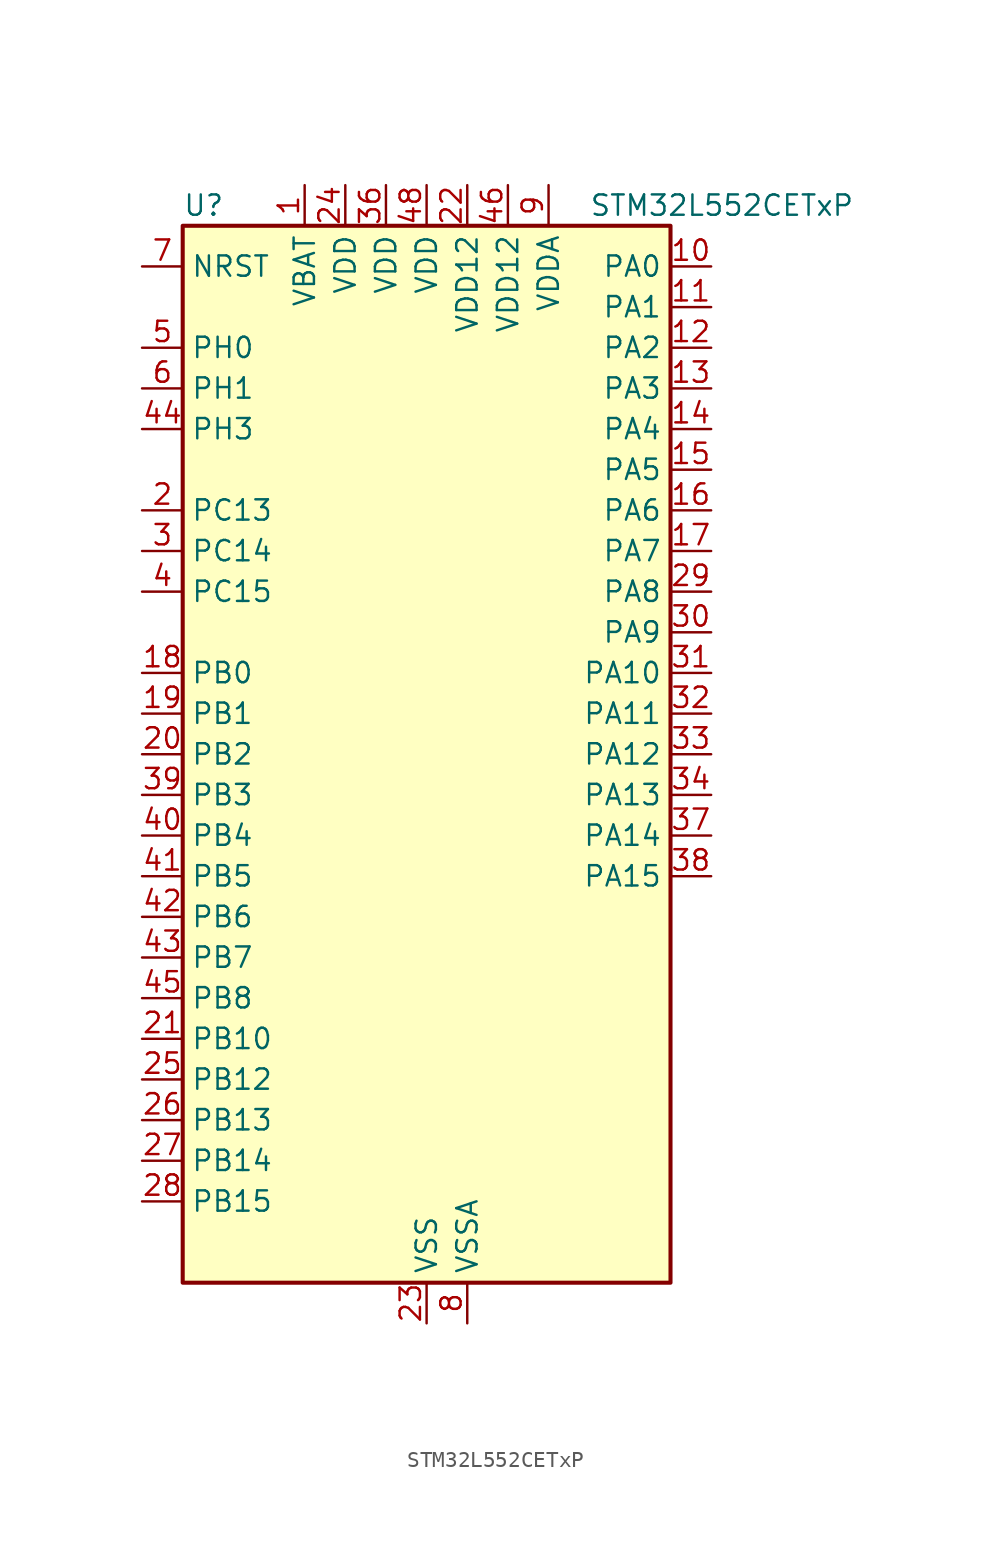
<source format=kicad_sym>
(kicad_symbol_lib
  (version 20231120)
  (generator "kicad_symbol_editor")
  (generator_version "8.0")
  (symbol "STM32L552CETxP"
    (property "Reference" "U"
      (at -15.24 34.29 0)
      (effects (font (size 1.27 1.27)) (justify left)))
    (property "Value" "STM32L552CETxP"
      (at 10.16 34.29 0)
      (effects (font (size 1.27 1.27)) (justify left)))
    (property "ki_locked" ""
      (at 0 0 0)
      (effects (font (size 1.27 1.27))))
    (symbol "STM32L552CETxP_0_1"
      (rectangle (start -15.24 -33.02) (end 15.24 33.02) (stroke (width 0.254) (type default)) (fill (type background))))
    (symbol "STM32L552CETxP_1_1"
      (pin power_in line (at -7.62 35.56 270) (length 2.54) (name "VBAT" (effects (font (size 1.27 1.27)))) (number "1" (effects (font (size 1.27 1.27)))))
      (pin bidirectional line (at 17.78 30.48 180) (length 2.54) (name "PA0" (effects (font (size 1.27 1.27)))) (number "10" (effects (font (size 1.27 1.27)))) (alternate "ADC1_IN5" bidirectional line) (alternate "ADC2_IN5" bidirectional line) (alternate "OPAMP1_VINP" bidirectional line) (alternate "PWR_WKUP1" bidirectional line) (alternate "SAI1_EXTCLK" bidirectional line) (alternate "TAMP_IN2" bidirectional line) (alternate "TAMP_OUT1" bidirectional line) (alternate "TIM2_CH1" bidirectional line) (alternate "TIM2_ETR" bidirectional line) (alternate "TIM5_CH1" bidirectional line) (alternate "TIM8_ETR" bidirectional line) (alternate "UART4_TX" bidirectional line) (alternate "USART2_CTS" bidirectional line) (alternate "USART2_NSS" bidirectional line))
      (pin bidirectional line (at 17.78 27.94 180) (length 2.54) (name "PA1" (effects (font (size 1.27 1.27)))) (number "11" (effects (font (size 1.27 1.27)))) (alternate "ADC1_IN6" bidirectional line) (alternate "ADC2_IN6" bidirectional line) (alternate "I2C1_SMBA" bidirectional line) (alternate "OCTOSPI1_DQS" bidirectional line) (alternate "OPAMP1_VINM" bidirectional line) (alternate "SPI1_SCK" bidirectional line) (alternate "TAMP_IN5" bidirectional line) (alternate "TAMP_OUT4" bidirectional line) (alternate "TIM15_CH1N" bidirectional line) (alternate "TIM2_CH2" bidirectional line) (alternate "TIM5_CH2" bidirectional line) (alternate "UART4_RX" bidirectional line) (alternate "USART2_DE" bidirectional line) (alternate "USART2_RTS" bidirectional line))
      (pin bidirectional line (at 17.78 25.4 180) (length 2.54) (name "PA2" (effects (font (size 1.27 1.27)))) (number "12" (effects (font (size 1.27 1.27)))) (alternate "ADC1_IN7" bidirectional line) (alternate "ADC2_IN7" bidirectional line) (alternate "COMP1_INP" bidirectional line) (alternate "LPUART1_TX" bidirectional line) (alternate "OCTOSPI1_NCS" bidirectional line) (alternate "PWR_WKUP4" bidirectional line) (alternate "RCC_LSCO" bidirectional line) (alternate "SAI2_EXTCLK" bidirectional line) (alternate "TIM15_CH1" bidirectional line) (alternate "TIM2_CH3" bidirectional line) (alternate "TIM5_CH3" bidirectional line) (alternate "UCPD1_FRSTX1" bidirectional line) (alternate "USART2_TX" bidirectional line))
      (pin bidirectional line (at 17.78 22.86 180) (length 2.54) (name "PA3" (effects (font (size 1.27 1.27)))) (number "13" (effects (font (size 1.27 1.27)))) (alternate "ADC1_IN8" bidirectional line) (alternate "ADC2_IN8" bidirectional line) (alternate "LPUART1_RX" bidirectional line) (alternate "OCTOSPI1_CLK" bidirectional line) (alternate "OPAMP1_VOUT" bidirectional line) (alternate "SAI1_CK1" bidirectional line) (alternate "SAI1_MCLK_A" bidirectional line) (alternate "TIM15_CH2" bidirectional line) (alternate "TIM2_CH4" bidirectional line) (alternate "TIM5_CH4" bidirectional line) (alternate "USART2_RX" bidirectional line))
      (pin bidirectional line (at 17.78 20.32 180) (length 2.54) (name "PA4" (effects (font (size 1.27 1.27)))) (number "14" (effects (font (size 1.27 1.27)))) (alternate "ADC1_IN9" bidirectional line) (alternate "ADC2_IN9" bidirectional line) (alternate "DAC1_OUT1" bidirectional line) (alternate "LPTIM2_OUT" bidirectional line) (alternate "OCTOSPI1_NCS" bidirectional line) (alternate "SAI1_FS_B" bidirectional line) (alternate "SPI1_NSS" bidirectional line) (alternate "SPI3_NSS" bidirectional line) (alternate "USART2_CK" bidirectional line))
      (pin bidirectional line (at 17.78 17.78 180) (length 2.54) (name "PA5" (effects (font (size 1.27 1.27)))) (number "15" (effects (font (size 1.27 1.27)))) (alternate "ADC1_IN10" bidirectional line) (alternate "ADC2_IN10" bidirectional line) (alternate "DAC1_OUT2" bidirectional line) (alternate "LPTIM2_ETR" bidirectional line) (alternate "SPI1_SCK" bidirectional line) (alternate "TIM2_CH1" bidirectional line) (alternate "TIM2_ETR" bidirectional line) (alternate "TIM8_CH1N" bidirectional line))
      (pin bidirectional line (at 17.78 15.24 180) (length 2.54) (name "PA6" (effects (font (size 1.27 1.27)))) (number "16" (effects (font (size 1.27 1.27)))) (alternate "ADC1_IN11" bidirectional line) (alternate "ADC2_IN11" bidirectional line) (alternate "LPUART1_CTS" bidirectional line) (alternate "OCTOSPI1_IO3" bidirectional line) (alternate "OPAMP2_VINP" bidirectional line) (alternate "SPI1_MISO" bidirectional line) (alternate "TIM16_CH1" bidirectional line) (alternate "TIM1_BKIN" bidirectional line) (alternate "TIM3_CH1" bidirectional line) (alternate "TIM8_BKIN" bidirectional line) (alternate "USART3_CTS" bidirectional line) (alternate "USART3_NSS" bidirectional line))
      (pin bidirectional line (at 17.78 12.7 180) (length 2.54) (name "PA7" (effects (font (size 1.27 1.27)))) (number "17" (effects (font (size 1.27 1.27)))) (alternate "ADC1_IN12" bidirectional line) (alternate "ADC2_IN12" bidirectional line) (alternate "I2C3_SCL" bidirectional line) (alternate "OCTOSPI1_IO2" bidirectional line) (alternate "OPAMP2_VINM" bidirectional line) (alternate "SPI1_MOSI" bidirectional line) (alternate "TIM17_CH1" bidirectional line) (alternate "TIM1_CH1N" bidirectional line) (alternate "TIM3_CH2" bidirectional line) (alternate "TIM8_CH1N" bidirectional line))
      (pin bidirectional line (at -17.78 5.08 0) (length 2.54) (name "PB0" (effects (font (size 1.27 1.27)))) (number "18" (effects (font (size 1.27 1.27)))) (alternate "ADC1_IN15" bidirectional line) (alternate "ADC2_IN15" bidirectional line) (alternate "COMP1_OUT" bidirectional line) (alternate "OCTOSPI1_IO1" bidirectional line) (alternate "OPAMP2_VOUT" bidirectional line) (alternate "SAI1_EXTCLK" bidirectional line) (alternate "SPI1_NSS" bidirectional line) (alternate "TIM1_CH2N" bidirectional line) (alternate "TIM3_CH3" bidirectional line) (alternate "TIM8_CH2N" bidirectional line) (alternate "USART3_CK" bidirectional line))
      (pin bidirectional line (at -17.78 2.54 0) (length 2.54) (name "PB1" (effects (font (size 1.27 1.27)))) (number "19" (effects (font (size 1.27 1.27)))) (alternate "ADC1_IN16" bidirectional line) (alternate "ADC2_IN16" bidirectional line) (alternate "COMP1_INM" bidirectional line) (alternate "DFSDM1_DATIN0" bidirectional line) (alternate "LPTIM2_IN1" bidirectional line) (alternate "LPUART1_DE" bidirectional line) (alternate "LPUART1_RTS" bidirectional line) (alternate "OCTOSPI1_IO0" bidirectional line) (alternate "TIM1_CH3N" bidirectional line) (alternate "TIM3_CH4" bidirectional line) (alternate "TIM8_CH3N" bidirectional line) (alternate "USART3_DE" bidirectional line) (alternate "USART3_RTS" bidirectional line))
      (pin bidirectional line (at -17.78 15.24 0) (length 2.54) (name "PC13" (effects (font (size 1.27 1.27)))) (number "2" (effects (font (size 1.27 1.27)))) (alternate "PWR_WKUP2" bidirectional line) (alternate "RTC_OUT1" bidirectional line) (alternate "RTC_TS" bidirectional line) (alternate "TAMP_IN1" bidirectional line) (alternate "TAMP_OUT2" bidirectional line))
      (pin bidirectional line (at -17.78 0 0) (length 2.54) (name "PB2" (effects (font (size 1.27 1.27)))) (number "20" (effects (font (size 1.27 1.27)))) (alternate "COMP1_INP" bidirectional line) (alternate "DFSDM1_CKIN0" bidirectional line) (alternate "I2C3_SMBA" bidirectional line) (alternate "LPTIM1_OUT" bidirectional line) (alternate "OCTOSPI1_DQS" bidirectional line) (alternate "RTC_OUT2" bidirectional line) (alternate "UCPD1_FRSTX1" bidirectional line))
      (pin bidirectional line (at -17.78 -17.78 0) (length 2.54) (name "PB10" (effects (font (size 1.27 1.27)))) (number "21" (effects (font (size 1.27 1.27)))) (alternate "COMP1_OUT" bidirectional line) (alternate "I2C2_SCL" bidirectional line) (alternate "I2C4_SCL" bidirectional line) (alternate "LPTIM3_OUT" bidirectional line) (alternate "LPUART1_RX" bidirectional line) (alternate "OCTOSPI1_CLK" bidirectional line) (alternate "SAI1_SCK_A" bidirectional line) (alternate "SPI2_SCK" bidirectional line) (alternate "TIM2_CH3" bidirectional line) (alternate "TSC_SYNC" bidirectional line) (alternate "USART3_TX" bidirectional line))
      (pin power_in line (at 2.54 35.56 270) (length 2.54) (name "VDD12" (effects (font (size 1.27 1.27)))) (number "22" (effects (font (size 1.27 1.27)))))
      (pin power_in line (at 0 -35.56 90) (length 2.54) (name "VSS" (effects (font (size 1.27 1.27)))) (number "23" (effects (font (size 1.27 1.27)))))
      (pin power_in line (at -5.08 35.56 270) (length 2.54) (name "VDD" (effects (font (size 1.27 1.27)))) (number "24" (effects (font (size 1.27 1.27)))))
      (pin bidirectional line (at -17.78 -20.32 0) (length 2.54) (name "PB12" (effects (font (size 1.27 1.27)))) (number "25" (effects (font (size 1.27 1.27)))) (alternate "DFSDM1_DATIN1" bidirectional line) (alternate "I2C2_SMBA" bidirectional line) (alternate "LPUART1_DE" bidirectional line) (alternate "LPUART1_RTS" bidirectional line) (alternate "OCTOSPI1_NCLK" bidirectional line) (alternate "SAI2_FS_A" bidirectional line) (alternate "SPI2_NSS" bidirectional line) (alternate "TIM15_BKIN" bidirectional line) (alternate "TIM1_BKIN" bidirectional line) (alternate "TSC_G1_IO1" bidirectional line) (alternate "USART3_CK" bidirectional line))
      (pin bidirectional line (at -17.78 -22.86 0) (length 2.54) (name "PB13" (effects (font (size 1.27 1.27)))) (number "26" (effects (font (size 1.27 1.27)))) (alternate "DFSDM1_CKIN1" bidirectional line) (alternate "I2C2_SCL" bidirectional line) (alternate "LPTIM3_IN1" bidirectional line) (alternate "LPUART1_CTS" bidirectional line) (alternate "SAI2_SCK_A" bidirectional line) (alternate "SPI2_SCK" bidirectional line) (alternate "TIM15_CH1N" bidirectional line) (alternate "TIM1_CH1N" bidirectional line) (alternate "TSC_G1_IO2" bidirectional line) (alternate "UCPD1_FRSTX2" bidirectional line) (alternate "USART3_CTS" bidirectional line) (alternate "USART3_NSS" bidirectional line))
      (pin bidirectional line (at -17.78 -25.4 0) (length 2.54) (name "PB14" (effects (font (size 1.27 1.27)))) (number "27" (effects (font (size 1.27 1.27)))) (alternate "DFSDM1_DATIN2" bidirectional line) (alternate "I2C2_SDA" bidirectional line) (alternate "LPTIM3_ETR" bidirectional line) (alternate "SAI2_MCLK_A" bidirectional line) (alternate "SPI2_MISO" bidirectional line) (alternate "TIM15_CH1" bidirectional line) (alternate "TIM1_CH2N" bidirectional line) (alternate "TIM8_CH2N" bidirectional line) (alternate "TSC_G1_IO3" bidirectional line) (alternate "UCPD1_DBCC2" bidirectional line) (alternate "USART3_DE" bidirectional line) (alternate "USART3_RTS" bidirectional line))
      (pin bidirectional line (at -17.78 -27.94 0) (length 2.54) (name "PB15" (effects (font (size 1.27 1.27)))) (number "28" (effects (font (size 1.27 1.27)))) (alternate "ADC1_EXTI15" bidirectional line) (alternate "ADC2_EXTI15" bidirectional line) (alternate "DFSDM1_CKIN2" bidirectional line) (alternate "RTC_REFIN" bidirectional line) (alternate "SAI2_SD_A" bidirectional line) (alternate "SPI2_MOSI" bidirectional line) (alternate "TIM15_CH2" bidirectional line) (alternate "TIM1_CH3N" bidirectional line) (alternate "TIM8_CH3N" bidirectional line) (alternate "UCPD1_CC2" bidirectional line))
      (pin bidirectional line (at 17.78 10.16 180) (length 2.54) (name "PA8" (effects (font (size 1.27 1.27)))) (number "29" (effects (font (size 1.27 1.27)))) (alternate "LPTIM2_OUT" bidirectional line) (alternate "RCC_MCO" bidirectional line) (alternate "SAI1_CK2" bidirectional line) (alternate "SAI1_SCK_A" bidirectional line) (alternate "TIM1_CH1" bidirectional line) (alternate "USART1_CK" bidirectional line))
      (pin bidirectional line (at -17.78 12.7 0) (length 2.54) (name "PC14" (effects (font (size 1.27 1.27)))) (number "3" (effects (font (size 1.27 1.27)))) (alternate "RCC_OSC32_IN" bidirectional line))
      (pin bidirectional line (at 17.78 7.62 180) (length 2.54) (name "PA9" (effects (font (size 1.27 1.27)))) (number "30" (effects (font (size 1.27 1.27)))) (alternate "DAC1_EXTI9" bidirectional line) (alternate "SAI1_FS_A" bidirectional line) (alternate "SPI2_SCK" bidirectional line) (alternate "TIM15_BKIN" bidirectional line) (alternate "TIM1_CH2" bidirectional line) (alternate "USART1_TX" bidirectional line))
      (pin bidirectional line (at 17.78 5.08 180) (length 2.54) (name "PA10" (effects (font (size 1.27 1.27)))) (number "31" (effects (font (size 1.27 1.27)))) (alternate "CRS_SYNC" bidirectional line) (alternate "SAI1_D1" bidirectional line) (alternate "SAI1_SD_A" bidirectional line) (alternate "TIM17_BKIN" bidirectional line) (alternate "TIM1_CH3" bidirectional line) (alternate "USART1_RX" bidirectional line))
      (pin bidirectional line (at 17.78 2.54 180) (length 2.54) (name "PA11" (effects (font (size 1.27 1.27)))) (number "32" (effects (font (size 1.27 1.27)))) (alternate "ADC1_EXTI11" bidirectional line) (alternate "ADC2_EXTI11" bidirectional line) (alternate "FDCAN1_RX" bidirectional line) (alternate "SPI1_MISO" bidirectional line) (alternate "TIM1_BKIN2" bidirectional line) (alternate "TIM1_CH4" bidirectional line) (alternate "USART1_CTS" bidirectional line) (alternate "USART1_NSS" bidirectional line) (alternate "USB_DM" bidirectional line))
      (pin bidirectional line (at 17.78 0 180) (length 2.54) (name "PA12" (effects (font (size 1.27 1.27)))) (number "33" (effects (font (size 1.27 1.27)))) (alternate "FDCAN1_TX" bidirectional line) (alternate "SPI1_MOSI" bidirectional line) (alternate "TIM1_ETR" bidirectional line) (alternate "USART1_DE" bidirectional line) (alternate "USART1_RTS" bidirectional line) (alternate "USB_DP" bidirectional line))
      (pin bidirectional line (at 17.78 -2.54 180) (length 2.54) (name "PA13" (effects (font (size 1.27 1.27)))) (number "34" (effects (font (size 1.27 1.27)))) (alternate "DEBUG_JTMS-SWDIO" bidirectional line) (alternate "IR_OUT" bidirectional line) (alternate "SAI1_SD_B" bidirectional line) (alternate "USB_NOE" bidirectional line))
      (pin passive line (at 0 -35.56 90) (length 2.54) hide (name "VSS" (effects (font (size 1.27 1.27)))) (number "35" (effects (font (size 1.27 1.27)))))
      (pin power_in line (at -2.54 35.56 270) (length 2.54) (name "VDD" (effects (font (size 1.27 1.27)))) (number "36" (effects (font (size 1.27 1.27)))))
      (pin bidirectional line (at 17.78 -5.08 180) (length 2.54) (name "PA14" (effects (font (size 1.27 1.27)))) (number "37" (effects (font (size 1.27 1.27)))) (alternate "DEBUG_JTCK-SWCLK" bidirectional line) (alternate "I2C1_SMBA" bidirectional line) (alternate "I2C4_SMBA" bidirectional line) (alternate "LPTIM1_OUT" bidirectional line) (alternate "SAI1_FS_B" bidirectional line))
      (pin bidirectional line (at 17.78 -7.62 180) (length 2.54) (name "PA15" (effects (font (size 1.27 1.27)))) (number "38" (effects (font (size 1.27 1.27)))) (alternate "ADC1_EXTI15" bidirectional line) (alternate "ADC2_EXTI15" bidirectional line) (alternate "DEBUG_JTDI" bidirectional line) (alternate "SAI2_FS_B" bidirectional line) (alternate "SPI1_NSS" bidirectional line) (alternate "SPI3_NSS" bidirectional line) (alternate "TIM2_CH1" bidirectional line) (alternate "TIM2_ETR" bidirectional line) (alternate "UART4_DE" bidirectional line) (alternate "UART4_RTS" bidirectional line) (alternate "UCPD1_CC1" bidirectional line) (alternate "USART2_RX" bidirectional line) (alternate "USART3_DE" bidirectional line) (alternate "USART3_RTS" bidirectional line))
      (pin bidirectional line (at -17.78 -2.54 0) (length 2.54) (name "PB3" (effects (font (size 1.27 1.27)))) (number "39" (effects (font (size 1.27 1.27)))) (alternate "COMP2_INM" bidirectional line) (alternate "CRS_SYNC" bidirectional line) (alternate "DEBUG_JTDO-SWO" bidirectional line) (alternate "SAI1_SCK_B" bidirectional line) (alternate "SPI1_SCK" bidirectional line) (alternate "SPI3_SCK" bidirectional line) (alternate "TIM2_CH2" bidirectional line) (alternate "USART1_DE" bidirectional line) (alternate "USART1_RTS" bidirectional line))
      (pin bidirectional line (at -17.78 10.16 0) (length 2.54) (name "PC15" (effects (font (size 1.27 1.27)))) (number "4" (effects (font (size 1.27 1.27)))) (alternate "ADC1_EXTI15" bidirectional line) (alternate "ADC2_EXTI15" bidirectional line) (alternate "RCC_OSC32_OUT" bidirectional line))
      (pin bidirectional line (at -17.78 -5.08 0) (length 2.54) (name "PB4" (effects (font (size 1.27 1.27)))) (number "40" (effects (font (size 1.27 1.27)))) (alternate "COMP2_INP" bidirectional line) (alternate "DEBUG_JTRST" bidirectional line) (alternate "I2C3_SDA" bidirectional line) (alternate "SAI1_MCLK_B" bidirectional line) (alternate "SPI1_MISO" bidirectional line) (alternate "SPI3_MISO" bidirectional line) (alternate "TIM17_BKIN" bidirectional line) (alternate "TIM3_CH1" bidirectional line) (alternate "TSC_G2_IO1" bidirectional line) (alternate "USART1_CTS" bidirectional line) (alternate "USART1_NSS" bidirectional line))
      (pin bidirectional line (at -17.78 -7.62 0) (length 2.54) (name "PB5" (effects (font (size 1.27 1.27)))) (number "41" (effects (font (size 1.27 1.27)))) (alternate "COMP2_OUT" bidirectional line) (alternate "I2C1_SMBA" bidirectional line) (alternate "LPTIM1_IN1" bidirectional line) (alternate "OCTOSPI1_NCLK" bidirectional line) (alternate "SAI1_SD_B" bidirectional line) (alternate "SPI1_MOSI" bidirectional line) (alternate "SPI3_MOSI" bidirectional line) (alternate "TIM16_BKIN" bidirectional line) (alternate "TIM3_CH2" bidirectional line) (alternate "TSC_G2_IO2" bidirectional line) (alternate "UCPD1_DBCC1" bidirectional line) (alternate "USART1_CK" bidirectional line))
      (pin bidirectional line (at -17.78 -10.16 0) (length 2.54) (name "PB6" (effects (font (size 1.27 1.27)))) (number "42" (effects (font (size 1.27 1.27)))) (alternate "COMP2_INP" bidirectional line) (alternate "I2C1_SCL" bidirectional line) (alternate "I2C4_SCL" bidirectional line) (alternate "LPTIM1_ETR" bidirectional line) (alternate "SAI1_FS_B" bidirectional line) (alternate "TIM16_CH1N" bidirectional line) (alternate "TIM4_CH1" bidirectional line) (alternate "TIM8_BKIN2" bidirectional line) (alternate "TSC_G2_IO3" bidirectional line) (alternate "USART1_TX" bidirectional line))
      (pin bidirectional line (at -17.78 -12.7 0) (length 2.54) (name "PB7" (effects (font (size 1.27 1.27)))) (number "43" (effects (font (size 1.27 1.27)))) (alternate "COMP2_INM" bidirectional line) (alternate "I2C1_SDA" bidirectional line) (alternate "I2C4_SDA" bidirectional line) (alternate "LPTIM1_IN2" bidirectional line) (alternate "PWR_PVD_IN" bidirectional line) (alternate "TIM17_CH1N" bidirectional line) (alternate "TIM4_CH2" bidirectional line) (alternate "TIM8_BKIN" bidirectional line) (alternate "TSC_G2_IO4" bidirectional line) (alternate "UART4_CTS" bidirectional line) (alternate "USART1_RX" bidirectional line))
      (pin bidirectional line (at -17.78 20.32 0) (length 2.54) (name "PH3" (effects (font (size 1.27 1.27)))) (number "44" (effects (font (size 1.27 1.27)))))
      (pin bidirectional line (at -17.78 -15.24 0) (length 2.54) (name "PB8" (effects (font (size 1.27 1.27)))) (number "45" (effects (font (size 1.27 1.27)))) (alternate "DFSDM1_CKOUT" bidirectional line) (alternate "FDCAN1_RX" bidirectional line) (alternate "I2C1_SCL" bidirectional line) (alternate "SAI1_CK1" bidirectional line) (alternate "SAI1_MCLK_A" bidirectional line) (alternate "TIM16_CH1" bidirectional line) (alternate "TIM4_CH3" bidirectional line))
      (pin power_in line (at 5.08 35.56 270) (length 2.54) (name "VDD12" (effects (font (size 1.27 1.27)))) (number "46" (effects (font (size 1.27 1.27)))))
      (pin passive line (at 0 -35.56 90) (length 2.54) hide (name "VSS" (effects (font (size 1.27 1.27)))) (number "47" (effects (font (size 1.27 1.27)))))
      (pin power_in line (at 0 35.56 270) (length 2.54) (name "VDD" (effects (font (size 1.27 1.27)))) (number "48" (effects (font (size 1.27 1.27)))))
      (pin bidirectional line (at -17.78 25.4 0) (length 2.54) (name "PH0" (effects (font (size 1.27 1.27)))) (number "5" (effects (font (size 1.27 1.27)))) (alternate "RCC_OSC_IN" bidirectional line))
      (pin bidirectional line (at -17.78 22.86 0) (length 2.54) (name "PH1" (effects (font (size 1.27 1.27)))) (number "6" (effects (font (size 1.27 1.27)))) (alternate "RCC_OSC_OUT" bidirectional line))
      (pin input line (at -17.78 30.48 0) (length 2.54) (name "NRST" (effects (font (size 1.27 1.27)))) (number "7" (effects (font (size 1.27 1.27)))))
      (pin power_in line (at 2.54 -35.56 90) (length 2.54) (name "VSSA" (effects (font (size 1.27 1.27)))) (number "8" (effects (font (size 1.27 1.27)))))
      (pin power_in line (at 7.62 35.56 270) (length 2.54) (name "VDDA" (effects (font (size 1.27 1.27)))) (number "9" (effects (font (size 1.27 1.27)))) (alternate "VREFBUF_OUT" bidirectional line)))))
</source>
